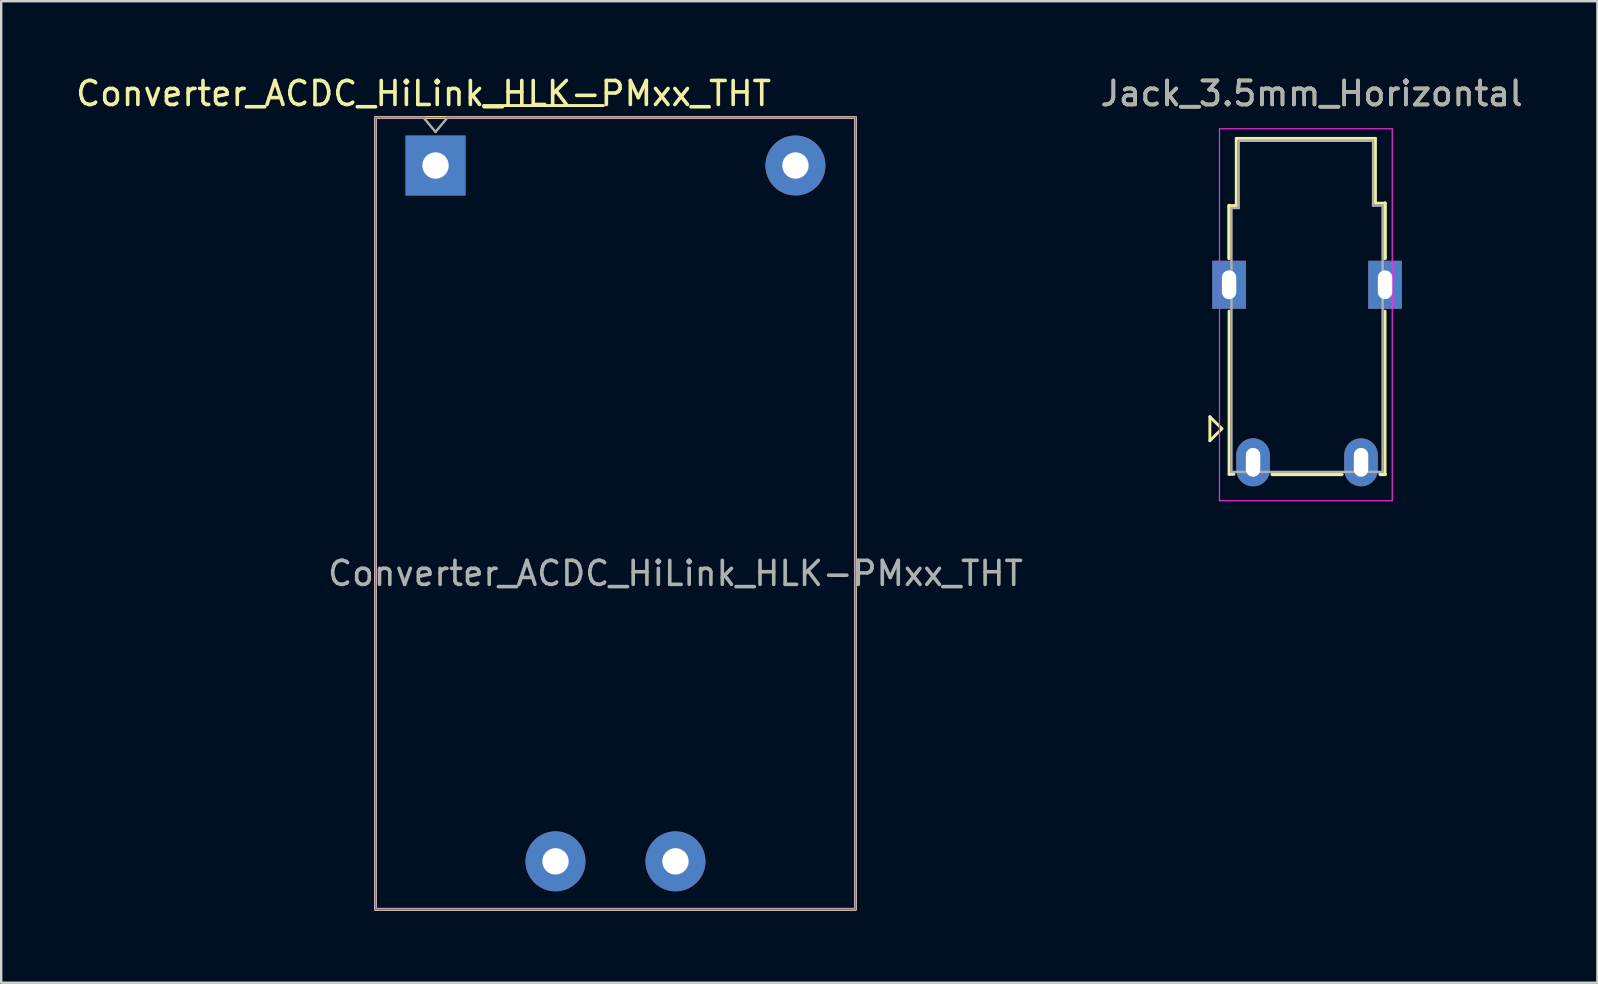
<source format=kicad_pcb>
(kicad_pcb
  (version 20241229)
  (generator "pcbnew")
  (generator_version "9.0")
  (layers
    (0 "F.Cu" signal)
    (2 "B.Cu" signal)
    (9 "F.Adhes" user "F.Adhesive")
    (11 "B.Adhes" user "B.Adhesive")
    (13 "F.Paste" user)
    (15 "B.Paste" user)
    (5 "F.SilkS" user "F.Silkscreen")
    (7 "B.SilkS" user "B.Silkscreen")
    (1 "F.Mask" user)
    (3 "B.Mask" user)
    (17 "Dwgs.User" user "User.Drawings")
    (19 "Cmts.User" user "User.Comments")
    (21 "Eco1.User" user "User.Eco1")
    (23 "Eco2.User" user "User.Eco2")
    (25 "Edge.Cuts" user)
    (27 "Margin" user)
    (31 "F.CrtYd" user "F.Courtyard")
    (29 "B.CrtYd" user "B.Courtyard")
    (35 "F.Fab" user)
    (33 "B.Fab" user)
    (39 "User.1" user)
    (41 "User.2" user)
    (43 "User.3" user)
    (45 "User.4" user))
  (footprint "Converter_ACDC_HiLink_HLK-PMxx_THT"
    (layer "F.Cu")
    (at 15.101 10.848)
    (property "Reference" "Converter_ACDC_HiLink_HLK-PMxx_THT" (at -0.5 -10 180) (layer "F.SilkS") (effects (font (size 1 1) (thickness 0.15))))
    (attr through_hole)
    (fp_line (start -2.5 -9) (end 17.5 -9) (stroke (width 0.12) (type solid)) (layer "F.SilkS"))
    (fp_line (start -2.5 24) (end -2.5 -9) (stroke (width 0.12) (type solid)) (layer "F.SilkS"))
    (fp_line (start 2 -9.5) (end 7 -9.5) (stroke (width 0.12) (type solid)) (layer "F.SilkS"))
    (fp_line (start 17.5 -9) (end 17.5 24) (stroke (width 0.12) (type solid)) (layer "F.SilkS"))
    (fp_line (start 17.5 24) (end -2.5 24) (stroke (width 0.12) (type solid)) (layer "F.SilkS"))
    (fp_line (start -2.5 -9) (end 17.5 -9) (stroke (width 0.05) (type solid)) (layer "F.CrtYd"))
    (fp_line (start -2.5 24) (end -2.5 -9) (stroke (width 0.05) (type solid)) (layer "F.CrtYd"))
    (fp_line (start 17.5 -9) (end 17.5 24) (stroke (width 0.05) (type solid)) (layer "F.CrtYd"))
    (fp_line (start 17.5 24) (end -2.5 24) (stroke (width 0.05) (type solid)) (layer "F.CrtYd"))
    (fp_line (start -2.5 -9) (end -2.5 24) (stroke (width 0.1) (type solid)) (layer "F.Fab"))
    (fp_line (start -2.5 -9) (end -0.5 -9) (stroke (width 0.1) (type solid)) (layer "F.Fab"))
    (fp_line (start -2.5 24) (end 17.5 24) (stroke (width 0.1) (type solid)) (layer "F.Fab"))
    (fp_line (start -0.5 -9) (end 0 -8.4) (stroke (width 0.1) (type solid)) (layer "F.Fab"))
    (fp_line (start 0 -8.4) (end 0.5 -9) (stroke (width 0.1) (type solid)) (layer "F.Fab"))
    (fp_line (start 0.5 -9) (end 17.5 -9) (stroke (width 0.1) (type solid)) (layer "F.Fab"))
    (fp_line (start 17.5 -9) (end 17.5 24) (stroke (width 0.1) (type solid)) (layer "F.Fab"))
    (fp_text user "${REFERENCE}" (at 10 10 0) (layer "F.Fab") (effects (font (size 1 1) (thickness 0.15))))
    (pad "1" thru_hole circle (at 10 22 270) (size 2.5 2.5) (drill 1.1) (layers "*.Cu" "*.Mask"))
    (pad "2" thru_hole circle (at 5 22 270) (size 2.5 2.5) (drill 1.1) (layers "*.Cu" "*.Mask"))
    (pad "3" thru_hole rect (at 0 -7 270) (size 2.5 2.5) (drill 1.1) (layers "*.Cu" "*.Mask"))
    (pad "4" thru_hole circle (at 15 -7 270) (size 2.5 2.5) (drill 1.1) (layers "*.Cu" "*.Mask")))
  (footprint "Jack_3.5mm_Horizontal"
    (layer "F.Cu")
    (at 49.073 14.818)
    (property "Reference" "Jack_3.5mm_Horizontal" (at 2.54 -13.97 0) (layer "F.SilkS") (effects (font (size 1 1) (thickness 0.15))))
    (attr through_hole)
    (fp_line (start -1.7 -0.5) (end -1.7 0.5) (stroke (width 0.12) (type solid)) (layer "F.SilkS"))
    (fp_line (start -1.7 0.5) (end -1.2 0) (stroke (width 0.12) (type solid)) (layer "F.SilkS"))
    (fp_line (start -1.2 0) (end -1.7 -0.5) (stroke (width 0.12) (type solid)) (layer "F.SilkS"))
    (fp_line (start -0.9 -9.3) (end -0.9 -7.1) (stroke (width 0.15) (type solid)) (layer "F.SilkS"))
    (fp_line (start -0.9 -9.3) (end -0.6 -9.3) (stroke (width 0.12) (type solid)) (layer "F.SilkS"))
    (fp_line (start -0.9 -4.9) (end -0.9 1.9) (stroke (width 0.12) (type solid)) (layer "F.SilkS"))
    (fp_line (start -0.9 1.9) (end -0.7 1.9) (stroke (width 0.12) (type solid)) (layer "F.SilkS"))
    (fp_line (start -0.6 -9.3) (end -0.6 -12.1) (stroke (width 0.12) (type solid)) (layer "F.SilkS"))
    (fp_line (start 0.9 1.9) (end 3.8 1.9) (stroke (width 0.15) (type solid)) (layer "F.SilkS"))
    (fp_line (start 5.2 -12.1) (end -0.6 -12.1) (stroke (width 0.12) (type solid)) (layer "F.SilkS"))
    (fp_line (start 5.2 -9.4) (end 5.2 -12.1) (stroke (width 0.12) (type solid)) (layer "F.SilkS"))
    (fp_line (start 5.2 -9.4) (end 5.6 -9.4) (stroke (width 0.12) (type solid)) (layer "F.SilkS"))
    (fp_line (start 5.6 -9.4) (end 5.6 -7.1) (stroke (width 0.15) (type solid)) (layer "F.SilkS"))
    (fp_line (start 5.6 -4.9) (end 5.6 1.9) (stroke (width 0.12) (type solid)) (layer "F.SilkS"))
    (fp_line (start 5.6 1.9) (end 5.4 1.9) (stroke (width 0.15) (type solid)) (layer "F.SilkS"))
    (fp_line (start -1.3 -12.5) (end -1.3 3) (stroke (width 0.05) (type solid)) (layer "F.CrtYd"))
    (fp_line (start -1.3 -12.5) (end 5.9 -12.5) (stroke (width 0.05) (type solid)) (layer "F.CrtYd"))
    (fp_line (start -1.3 3) (end 5.9 3) (stroke (width 0.05) (type solid)) (layer "F.CrtYd"))
    (fp_line (start 5.9 -12.5) (end 5.9 3) (stroke (width 0.05) (type solid)) (layer "F.CrtYd"))
    (fp_line (start -0.8 -9.2) (end -0.5 -9.2) (stroke (width 0.1) (type solid)) (layer "F.Fab"))
    (fp_line (start -0.8 1.8) (end -0.8 -9.2) (stroke (width 0.1) (type solid)) (layer "F.Fab"))
    (fp_line (start -0.5 -12) (end 5.1 -12) (stroke (width 0.1) (type solid)) (layer "F.Fab"))
    (fp_line (start -0.5 -9.2) (end -0.5 -12) (stroke (width 0.1) (type solid)) (layer "F.Fab"))
    (fp_line (start 5.1 -12) (end 5.1 -9.3) (stroke (width 0.1) (type solid)) (layer "F.Fab"))
    (fp_line (start 5.1 -9.3) (end 5.5 -9.3) (stroke (width 0.1) (type solid)) (layer "F.Fab"))
    (fp_line (start 5.5 -9.3) (end 5.5 1.8) (stroke (width 0.1) (type solid)) (layer "F.Fab"))
    (fp_line (start 5.5 1.8) (end -0.8 1.8) (stroke (width 0.1) (type solid)) (layer "F.Fab"))
    (fp_text user "${REFERENCE}" (at 2.54 -13.97 0) (layer "F.Fab") (effects (font (size 1 1) (thickness 0.15))))
    (pad "R1" thru_hole oval (at 4.6 1.4 270) (size 2 1.4) (drill oval 1.2 0.6) (layers "*.Cu" "*.Mask"))
    (pad "S" thru_hole oval (at 0.1 1.4 270) (size 2 1.4) (drill oval 1.2 0.6) (layers "*.Cu" "*.Mask"))
    (pad "T" thru_hole rect (at -0.9 -6 270) (size 2 1.4) (drill oval 1.2 0.6) (layers "*.Cu" "*.Mask"))
    (pad "T" thru_hole rect (at 5.6 -6 270) (size 2 1.4) (drill oval 1.2 0.6) (layers "*.Cu" "*.Mask")))
  (gr_rect
    (start -3 -3)
    (end 63.524 37.908)
    (stroke (width 0.1) (type default))
    (fill no)
    (layer "Edge.Cuts")))
</source>
